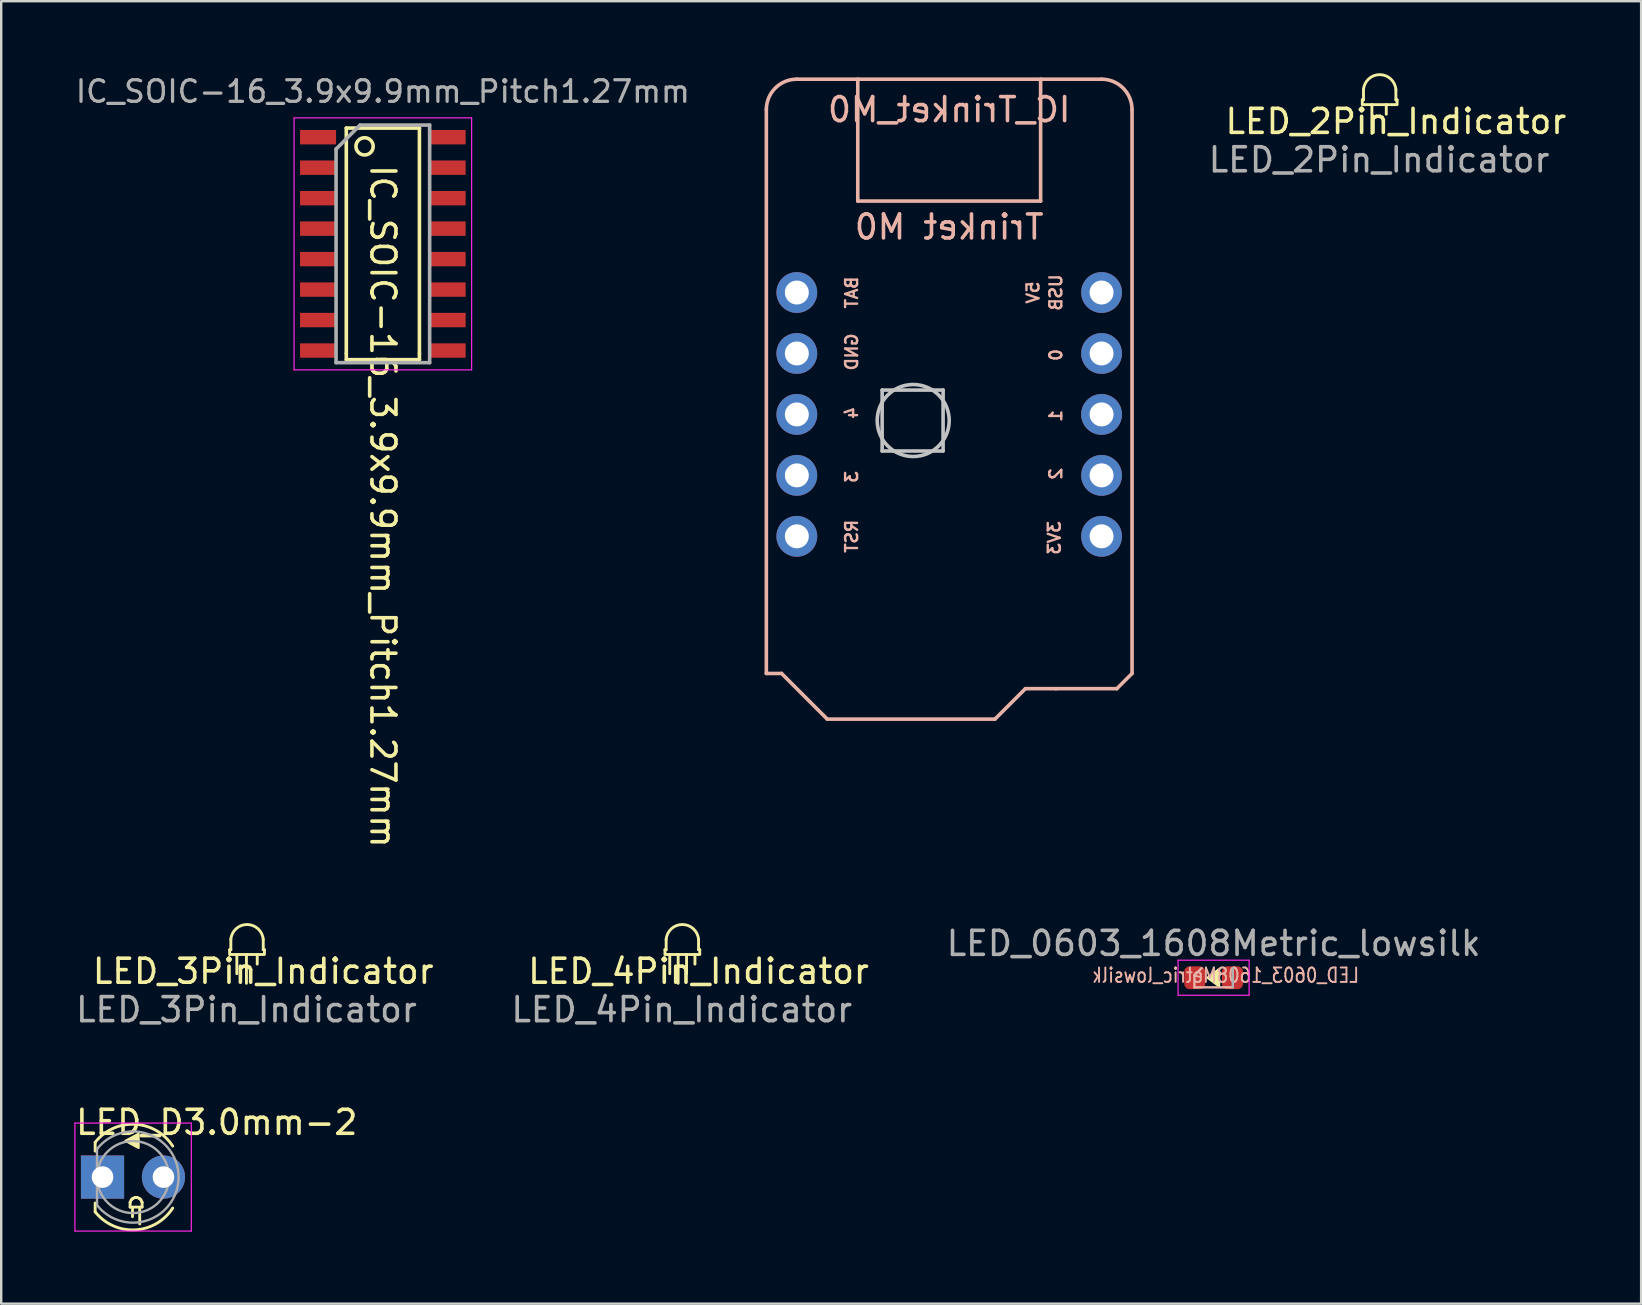
<source format=kicad_pcb>
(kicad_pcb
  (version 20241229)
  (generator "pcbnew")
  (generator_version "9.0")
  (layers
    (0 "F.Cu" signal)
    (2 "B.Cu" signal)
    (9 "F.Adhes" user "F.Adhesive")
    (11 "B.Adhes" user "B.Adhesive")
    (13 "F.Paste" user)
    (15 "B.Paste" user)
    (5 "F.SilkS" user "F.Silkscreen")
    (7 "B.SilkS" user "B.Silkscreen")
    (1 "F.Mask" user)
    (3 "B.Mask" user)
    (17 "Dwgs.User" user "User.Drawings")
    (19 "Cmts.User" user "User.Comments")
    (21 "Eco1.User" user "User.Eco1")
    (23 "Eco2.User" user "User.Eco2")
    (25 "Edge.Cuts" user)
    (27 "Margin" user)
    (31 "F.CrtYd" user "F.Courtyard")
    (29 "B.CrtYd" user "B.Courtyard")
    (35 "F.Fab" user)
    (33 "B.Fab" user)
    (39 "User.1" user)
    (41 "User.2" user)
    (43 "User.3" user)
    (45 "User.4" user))
  (footprint "LED_2Pin_Indicator"
    (layer "F.Cu")
    (at 54.421 1.11)
    (property "Reference" "LED_2Pin_Indicator" (at 0.7 0.9 0) (unlocked yes) (layer "F.SilkS") (effects (font (size 1 1) (thickness 0.15))))
    (fp_line (start -0.7 0.2) (end -0.7 0) (stroke (width 0.12) (type solid)) (layer "F.SilkS"))
    (fp_line (start -0.65 0) (end -0.7 0) (stroke (width 0.12) (type solid)) (layer "F.SilkS"))
    (fp_line (start -0.65 0) (end -0.65 -0.427) (stroke (width 0.12) (type solid)) (layer "F.SilkS"))
    (fp_line (start -0.65 0.2) (end 0.7 0.2) (stroke (width 0.12) (type solid)) (layer "F.SilkS"))
    (fp_line (start -0.3 1.4) (end -0.3 0.2) (stroke (width 0.12) (type solid)) (layer "F.SilkS"))
    (fp_line (start 0.3 0.2) (end 0.3 0.6) (stroke (width 0.12) (type solid)) (layer "F.SilkS"))
    (fp_line (start 0.7 0) (end 0.7 -0.427) (stroke (width 0.12) (type solid)) (layer "F.SilkS"))
    (fp_line (start 0.75 0) (end 0.7 0) (stroke (width 0.12) (type solid)) (layer "F.SilkS"))
    (fp_line (start 0.75 0.2) (end 0.75 0) (stroke (width 0.12) (type solid)) (layer "F.SilkS"))
    (fp_arc (start -0.65 -0.427128) (mid 0.025 -1.05) (end 0.7 -0.427128) (stroke (width 0.12) (type solid)) (layer "F.SilkS"))
    (fp_text user "${REFERENCE}" (at 0 2.5 0) (unlocked yes) (layer "F.Fab") (effects (font (size 1 1) (thickness 0.15)))))
  (footprint "IC_Trinket_M0"
    (layer "F.Cu")
    (at 36.506 0.25)
    (property "Reference" "IC_Trinket_M0" (at 0 1.27 0) (layer "B.SilkS") (effects (font (size 1 1) (thickness 0.15)) (justify mirror)))
    (attr through_hole)
    (fp_line (start -7.62 24.765) (end -7.62 1.27) (stroke (width 0.15) (type solid)) (layer "B.SilkS"))
    (fp_line (start -6.985 24.765) (end -7.62 24.765) (stroke (width 0.15) (type solid)) (layer "B.SilkS"))
    (fp_line (start -6.35 0) (end 6.35 0) (stroke (width 0.15) (type solid)) (layer "B.SilkS"))
    (fp_line (start -5.08 26.67) (end -6.985 24.765) (stroke (width 0.15) (type solid)) (layer "B.SilkS"))
    (fp_line (start -3.81 0) (end -3.81 5.08) (stroke (width 0.15) (type solid)) (layer "B.SilkS"))
    (fp_line (start -3.81 5.08) (end 3.81 5.08) (stroke (width 0.15) (type solid)) (layer "B.SilkS"))
    (fp_line (start 1.905 26.67) (end -5.08 26.67) (stroke (width 0.15) (type solid)) (layer "B.SilkS"))
    (fp_line (start 3.175 25.4) (end 1.905 26.67) (stroke (width 0.15) (type solid)) (layer "B.SilkS"))
    (fp_line (start 3.81 5.08) (end 3.81 0) (stroke (width 0.15) (type solid)) (layer "B.SilkS"))
    (fp_line (start 4.445 25.4) (end 3.175 25.4) (stroke (width 0.15) (type solid)) (layer "B.SilkS"))
    (fp_line (start 6.985 25.4) (end 4.445 25.4) (stroke (width 0.15) (type solid)) (layer "B.SilkS"))
    (fp_line (start 7.62 24.765) (end 6.985 25.4) (stroke (width 0.15) (type solid)) (layer "B.SilkS"))
    (fp_line (start 7.62 24.765) (end 7.62 1.27) (stroke (width 0.15) (type solid)) (layer "B.SilkS"))
    (fp_arc (start -7.62 1.27) (mid -7.248026 0.371974) (end -6.35 0) (stroke (width 0.15) (type solid)) (layer "B.SilkS"))
    (fp_arc (start 6.35 0) (mid 7.248026 0.371974) (end 7.62 1.27) (stroke (width 0.15) (type solid)) (layer "B.SilkS"))
    (fp_line (start -2.794 12.954) (end -2.794 15.494) (stroke (width 0.15) (type solid)) (layer "Dwgs.User"))
    (fp_line (start -2.794 15.494) (end -0.254 15.494) (stroke (width 0.15) (type solid)) (layer "Dwgs.User"))
    (fp_line (start -0.254 12.954) (end -2.794 12.954) (stroke (width 0.15) (type solid)) (layer "Dwgs.User"))
    (fp_line (start -0.254 15.494) (end -0.254 12.954) (stroke (width 0.15) (type solid)) (layer "Dwgs.User"))
    (fp_circle (center -1.5 14.224) (end -3 14.224) (stroke (width 0.15) (type solid)) (fill no) (layer "Dwgs.User"))
    (fp_text user "USB" (at 4.445 8.89 90) (layer "B.SilkS") (effects (font (size 0.5 0.5) (thickness 0.1)) (justify mirror)))
    (fp_text user "RST" (at -4.064 19.05 90) (layer "B.SilkS") (effects (font (size 0.5 0.5) (thickness 0.1)) (justify mirror)))
    (fp_text user "2" (at 4.445 16.447 90) (layer "B.SilkS") (effects (font (size 0.5 0.5) (thickness 0.1)) (justify mirror)))
    (fp_text user "3V3" (at 4.381 19.113 90) (layer "B.SilkS") (effects (font (size 0.5 0.5) (thickness 0.1)) (justify mirror)))
    (fp_text user "BAT" (at -4.064 8.89 90) (layer "B.SilkS") (effects (font (size 0.5 0.5) (thickness 0.1)) (justify mirror)))
    (fp_text user "GND" (at -4.064 11.367 90) (layer "B.SilkS") (effects (font (size 0.5 0.5) (thickness 0.1)) (justify mirror)))
    (fp_text user "0" (at 4.445 11.493 90) (layer "B.SilkS") (effects (font (size 0.5 0.5) (thickness 0.1)) (justify mirror)))
    (fp_text user "Trinket M0" (at 0 6.16 0) (layer "B.SilkS") (effects (font (size 1 1) (thickness 0.15)) (justify mirror)))
    (fp_text user "5V" (at 3.493 8.89 90) (layer "B.SilkS") (effects (font (size 0.5 0.5) (thickness 0.1)) (justify mirror)))
    (fp_text user "4" (at -4.064 13.906 90) (layer "B.SilkS") (effects (font (size 0.5 0.5) (thickness 0.1)) (justify mirror)))
    (fp_text user "1" (at 4.445 14.034 90) (layer "B.SilkS") (effects (font (size 0.5 0.5) (thickness 0.1)) (justify mirror)))
    (fp_text user "3" (at -4.064 16.573 90) (layer "B.SilkS") (effects (font (size 0.5 0.5) (thickness 0.1)) (justify mirror)))
    (pad "1" thru_hole circle (at -6.35 8.89) (size 1.7 1.7) (drill 1) (layers "*.Cu" "*.Mask"))
    (pad "2" thru_hole circle (at -6.35 11.43) (size 1.7 1.7) (drill 1) (layers "*.Cu" "*.Mask"))
    (pad "3" thru_hole circle (at -6.35 13.97) (size 1.7 1.7) (drill 1) (layers "*.Cu" "*.Mask"))
    (pad "4" thru_hole circle (at -6.35 16.51) (size 1.7 1.7) (drill 1) (layers "*.Cu" "*.Mask"))
    (pad "5" thru_hole circle (at -6.35 19.05) (size 1.7 1.7) (drill 1) (layers "*.Cu" "*.Mask"))
    (pad "6" thru_hole circle (at 6.35 19.05) (size 1.7 1.7) (drill 1) (layers "*.Cu" "*.Mask"))
    (pad "7" thru_hole circle (at 6.35 16.51) (size 1.7 1.7) (drill 1) (layers "*.Cu" "*.Mask"))
    (pad "8" thru_hole circle (at 6.35 13.97) (size 1.7 1.7) (drill 1) (layers "*.Cu" "*.Mask"))
    (pad "9" thru_hole circle (at 6.35 11.43) (size 1.7 1.7) (drill 1) (layers "*.Cu" "*.Mask"))
    (pad "10" thru_hole circle (at 6.35 8.89) (size 1.7 1.7) (drill 1) (layers "*.Cu" "*.Mask")))
  (footprint "LED_D3.0mm-2"
    (layer "F.Cu")
    (at 1.222 46.003)
    (property "Reference" "LED_D3.0mm-2" (at 4.76 -2.28 0) (layer "F.SilkS") (effects (font (size 1 1) (thickness 0.15))))
    (attr through_hole)
    (fp_line (start -0.306 -1.448) (end -0.306 -1.08) (stroke (width 0.12) (type solid)) (layer "F.SilkS"))
    (fp_line (start -0.306 1.08) (end -0.306 1.448) (stroke (width 0.12) (type solid)) (layer "F.SilkS"))
    (fp_line (start 1.15 1.05) (end 1.15 1.25) (stroke (width 0.12) (type solid)) (layer "F.SilkS"))
    (fp_line (start 1.15 1.25) (end 1.65 1.25) (stroke (width 0.12) (type solid)) (layer "F.SilkS"))
    (fp_line (start 1.2 0.95) (end 1.15 1.05) (stroke (width 0.12) (type solid)) (layer "F.SilkS"))
    (fp_line (start 1.25 0.9) (end 1.2 0.95) (stroke (width 0.12) (type solid)) (layer "F.SilkS"))
    (fp_line (start 1.25 1.65) (end 1.25 1.3) (stroke (width 0.12) (type solid)) (layer "F.SilkS"))
    (fp_line (start 1.35 0.85) (end 1.25 0.9) (stroke (width 0.12) (type solid)) (layer "F.SilkS"))
    (fp_line (start 1.4 0.85) (end 1.35 0.85) (stroke (width 0.12) (type solid)) (layer "F.SilkS"))
    (fp_line (start 1.4 0.85) (end 1.45 0.85) (stroke (width 0.12) (type solid)) (layer "F.SilkS"))
    (fp_line (start 1.45 0.85) (end 1.55 0.9) (stroke (width 0.12) (type solid)) (layer "F.SilkS"))
    (fp_line (start 1.55 0.9) (end 1.6 0.95) (stroke (width 0.12) (type solid)) (layer "F.SilkS"))
    (fp_line (start 1.55 1.95) (end 1.55 1.3) (stroke (width 0.12) (type solid)) (layer "F.SilkS"))
    (fp_line (start 1.6 0.95) (end 1.65 1.05) (stroke (width 0.12) (type solid)) (layer "F.SilkS"))
    (fp_line (start 1.65 1.05) (end 1.65 1.25) (stroke (width 0.12) (type solid)) (layer "F.SilkS"))
    (fp_arc (start -0.306487 -1.447857) (mid 1.35 -2.2) (end 2.925848 -1.290949) (stroke (width 0.12) (type solid)) (layer "F.SilkS"))
    (fp_arc (start 2.925848 1.290949) (mid 1.35 2.2) (end -0.306487 1.447857) (stroke (width 0.12) (type solid)) (layer "F.SilkS"))
    (fp_poly (pts (xy 1.5 -1.22) (xy 0.96 -1.51) (xy 1.5 -1.8)) (stroke (width 0.1) (type solid)) (fill yes) (layer "F.SilkS"))
    (fp_line (start -1.15 -2.25) (end -1.15 2.25) (stroke (width 0.05) (type solid)) (layer "F.CrtYd"))
    (fp_line (start -1.15 2.25) (end 3.7 2.25) (stroke (width 0.05) (type solid)) (layer "F.CrtYd"))
    (fp_line (start 3.7 -2.25) (end -1.15 -2.25) (stroke (width 0.05) (type solid)) (layer "F.CrtYd"))
    (fp_line (start 3.7 2.25) (end 3.7 -2.25) (stroke (width 0.05) (type solid)) (layer "F.CrtYd"))
    (fp_line (start -0.23 -1.166) (end -0.23 1.166) (stroke (width 0.1) (type solid)) (layer "F.Fab"))
    (fp_arc (start -0.23 -1.16619) (mid 3.17 0.000452) (end -0.230555 1.165476) (stroke (width 0.1) (type solid)) (layer "F.Fab"))
    (fp_circle (center 1.27 0) (end 2.77 0) (stroke (width 0.1) (type solid)) (fill no) (layer "F.Fab"))
    (pad "1" thru_hole rect (at 0 0) (size 1.8 1.8) (drill 0.9) (layers "*.Cu" "*.Mask"))
    (pad "2" thru_hole circle (at 2.54 0) (size 1.8 1.8) (drill 0.9) (layers "*.Cu" "*.Mask")))
  (footprint "LED_3Pin_Indicator"
    (layer "F.Cu")
    (at 7.22 36.527)
    (property "Reference" "LED_3Pin_Indicator" (at 0.7 0.9 0) (unlocked yes) (layer "F.SilkS") (effects (font (size 1 1) (thickness 0.15))))
    (fp_line (start -0.7 0.2) (end -0.7 0) (stroke (width 0.12) (type solid)) (layer "F.SilkS"))
    (fp_line (start -0.65 0) (end -0.7 0) (stroke (width 0.12) (type solid)) (layer "F.SilkS"))
    (fp_line (start -0.65 0) (end -0.65 -0.427) (stroke (width 0.12) (type solid)) (layer "F.SilkS"))
    (fp_line (start -0.65 0.2) (end 0.7 0.2) (stroke (width 0.12) (type solid)) (layer "F.SilkS"))
    (fp_line (start -0.4 0.2) (end -0.4 1) (stroke (width 0.12) (type solid)) (layer "F.SilkS"))
    (fp_line (start 0 1.4) (end 0 0.2) (stroke (width 0.12) (type solid)) (layer "F.SilkS"))
    (fp_line (start 0.45 0.2) (end 0.45 0.6) (stroke (width 0.12) (type solid)) (layer "F.SilkS"))
    (fp_line (start 0.7 0) (end 0.7 -0.427) (stroke (width 0.12) (type solid)) (layer "F.SilkS"))
    (fp_line (start 0.75 0) (end 0.7 0) (stroke (width 0.12) (type solid)) (layer "F.SilkS"))
    (fp_line (start 0.75 0.2) (end 0.75 0) (stroke (width 0.12) (type solid)) (layer "F.SilkS"))
    (fp_arc (start -0.65 -0.427128) (mid 0.025 -1.05) (end 0.7 -0.427128) (stroke (width 0.12) (type solid)) (layer "F.SilkS"))
    (fp_text user "${REFERENCE}" (at 0 2.5 0) (unlocked yes) (layer "F.Fab") (effects (font (size 1 1) (thickness 0.15)))))
  (footprint "IC_SOIC-16_3.9x9.9mm_Pitch1.27mm"
    (layer "F.Cu")
    (at 12.905 7.113)
    (property "Reference" "IC_SOIC-16_3.9x9.9mm_Pitch1.27mm" (at 0 -3.375 270) (unlocked yes) (layer "F.SilkS") (effects (font (size 1 1) (thickness 0.15)) (justify left)))
    (attr smd)
    (fp_line (start -1.524 -4.826) (end -1.524 4.572) (stroke (width 0.15) (type solid)) (layer "F.SilkS"))
    (fp_line (start -1.524 4.572) (end -1.524 4.826) (stroke (width 0.15) (type solid)) (layer "F.SilkS"))
    (fp_line (start -1.524 4.826) (end 1.524 4.826) (stroke (width 0.15) (type solid)) (layer "F.SilkS"))
    (fp_line (start 1.524 -4.826) (end -1.524 -4.826) (stroke (width 0.15) (type solid)) (layer "F.SilkS"))
    (fp_line (start 1.524 4.572) (end 1.524 -4.826) (stroke (width 0.15) (type solid)) (layer "F.SilkS"))
    (fp_line (start 1.524 4.826) (end 1.524 4.572) (stroke (width 0.15) (type solid)) (layer "F.SilkS"))
    (fp_circle (center -0.762 -4.064) (end -0.508 -3.81) (stroke (width 0.15) (type solid)) (fill no) (layer "F.SilkS"))
    (fp_line (start -3.7 -5.25) (end -3.7 5.25) (stroke (width 0.05) (type solid)) (layer "F.CrtYd"))
    (fp_line (start -3.7 -5.25) (end 3.7 -5.25) (stroke (width 0.05) (type solid)) (layer "F.CrtYd"))
    (fp_line (start -3.7 5.25) (end 3.7 5.25) (stroke (width 0.05) (type solid)) (layer "F.CrtYd"))
    (fp_line (start 3.7 -5.25) (end 3.7 5.25) (stroke (width 0.05) (type solid)) (layer "F.CrtYd"))
    (fp_line (start -1.95 -3.95) (end -0.95 -4.95) (stroke (width 0.15) (type solid)) (layer "F.Fab"))
    (fp_line (start -1.95 4.95) (end -1.95 -3.95) (stroke (width 0.15) (type solid)) (layer "F.Fab"))
    (fp_line (start -0.95 -4.95) (end 1.95 -4.95) (stroke (width 0.15) (type solid)) (layer "F.Fab"))
    (fp_line (start 1.95 -4.95) (end 1.95 4.95) (stroke (width 0.15) (type solid)) (layer "F.Fab"))
    (fp_line (start 1.95 4.95) (end -1.95 4.95) (stroke (width 0.15) (type solid)) (layer "F.Fab"))
    (fp_text user "${REFERENCE}" (at 0 -6.35 0) (layer "F.Fab") (effects (font (size 0.9 0.9) (thickness 0.135))))
    (pad "1" smd rect (at -2.7 -4.445) (size 1.5 0.6) (layers "F.Cu" "F.Mask" "F.Paste"))
    (pad "2" smd rect (at -2.7 -3.175) (size 1.5 0.6) (layers "F.Cu" "F.Mask" "F.Paste"))
    (pad "3" smd rect (at -2.7 -1.905) (size 1.5 0.6) (layers "F.Cu" "F.Mask" "F.Paste"))
    (pad "4" smd rect (at -2.7 -0.635) (size 1.5 0.6) (layers "F.Cu" "F.Mask" "F.Paste"))
    (pad "5" smd rect (at -2.7 0.635) (size 1.5 0.6) (layers "F.Cu" "F.Mask" "F.Paste"))
    (pad "6" smd rect (at -2.7 1.905) (size 1.5 0.6) (layers "F.Cu" "F.Mask" "F.Paste"))
    (pad "7" smd rect (at -2.7 3.175) (size 1.5 0.6) (layers "F.Cu" "F.Mask" "F.Paste"))
    (pad "8" smd rect (at -2.7 4.445) (size 1.5 0.6) (layers "F.Cu" "F.Mask" "F.Paste"))
    (pad "9" smd rect (at 2.7 4.445) (size 1.5 0.6) (layers "F.Cu" "F.Mask" "F.Paste"))
    (pad "10" smd rect (at 2.7 3.175) (size 1.5 0.6) (layers "F.Cu" "F.Mask" "F.Paste"))
    (pad "11" smd rect (at 2.7 1.905) (size 1.5 0.6) (layers "F.Cu" "F.Mask" "F.Paste"))
    (pad "12" smd rect (at 2.7 0.635) (size 1.5 0.6) (layers "F.Cu" "F.Mask" "F.Paste"))
    (pad "13" smd rect (at 2.7 -0.635) (size 1.5 0.6) (layers "F.Cu" "F.Mask" "F.Paste"))
    (pad "14" smd rect (at 2.7 -1.905) (size 1.5 0.6) (layers "F.Cu" "F.Mask" "F.Paste"))
    (pad "15" smd rect (at 2.7 -3.175) (size 1.5 0.6) (layers "F.Cu" "F.Mask" "F.Paste"))
    (pad "16" smd rect (at 2.7 -4.445) (size 1.5 0.6) (layers "F.Cu" "F.Mask" "F.Paste")))
  (footprint "LED_0603_1608Metric_lowsilk"
    (layer "F.Cu")
    (at 47.525 37.695)
    (property "Reference" "LED_0603_1608Metric_lowsilk" (at 0 -1.43 0) (layer "F.Fab") (effects (font (size 1 1) (thickness 0.15))))
    (attr smd)
    (fp_poly (pts (xy 0.225 0.35) (xy 0.225 -0.35) (xy -0.25 0)) (stroke (width 0.1) (type solid)) (fill yes) (layer "F.SilkS"))
    (fp_line (start -0.8 -0.1) (end -0.8 0.4) (stroke (width 0.1) (type solid)) (layer "B.SilkS"))
    (fp_line (start -0.8 0.4) (end 0.8 0.4) (stroke (width 0.1) (type solid)) (layer "B.SilkS"))
    (fp_line (start -0.5 -0.4) (end -0.8 -0.1) (stroke (width 0.1) (type solid)) (layer "B.SilkS"))
    (fp_line (start -1.48 -0.73) (end 1.48 -0.73) (stroke (width 0.05) (type solid)) (layer "F.CrtYd"))
    (fp_line (start -1.48 0.73) (end -1.48 -0.73) (stroke (width 0.05) (type solid)) (layer "F.CrtYd"))
    (fp_line (start 1.48 -0.73) (end 1.48 0.73) (stroke (width 0.05) (type solid)) (layer "F.CrtYd"))
    (fp_line (start 1.48 0.73) (end -1.48 0.73) (stroke (width 0.05) (type solid)) (layer "F.CrtYd"))
    (fp_line (start 0.8 0.4) (end 0.8 -0.4) (stroke (width 0.1) (type solid)) (layer "F.Fab"))
    (fp_text user "${REFERENCE}" (at 0.5 -0.1 0) (layer "B.SilkS") (effects (font (size 0.6 0.5) (thickness 0.08)) (justify mirror)))
    (pad "1" smd roundrect (at -0.787 0) (size 0.875 0.95) (layers "F.Cu" "F.Mask" "F.Paste") (roundrect_rratio 0.25))
    (pad "2" smd roundrect (at 0.787 0) (size 0.875 0.95) (layers "F.Cu" "F.Mask" "F.Paste") (roundrect_rratio 0.25)))
  (footprint "LED_4Pin_Indicator"
    (layer "F.Cu")
    (at 25.361 36.527)
    (property "Reference" "LED_4Pin_Indicator" (at 0.7 0.9 0) (unlocked yes) (layer "F.SilkS") (effects (font (size 1 1) (thickness 0.15))))
    (fp_line (start -0.7 0.2) (end -0.7 0) (stroke (width 0.12) (type solid)) (layer "F.SilkS"))
    (fp_line (start -0.65 0) (end -0.7 0) (stroke (width 0.12) (type solid)) (layer "F.SilkS"))
    (fp_line (start -0.65 0) (end -0.65 -0.427) (stroke (width 0.12) (type solid)) (layer "F.SilkS"))
    (fp_line (start -0.65 0.2) (end 0.7 0.2) (stroke (width 0.12) (type solid)) (layer "F.SilkS"))
    (fp_line (start -0.5 0.2) (end -0.5 1) (stroke (width 0.12) (type solid)) (layer "F.SilkS"))
    (fp_line (start -0.15 1.4) (end -0.15 0.2) (stroke (width 0.12) (type solid)) (layer "F.SilkS"))
    (fp_line (start 0.2 1) (end 0.2 0.2) (stroke (width 0.12) (type solid)) (layer "F.SilkS"))
    (fp_line (start 0.55 0.2) (end 0.55 0.6) (stroke (width 0.12) (type solid)) (layer "F.SilkS"))
    (fp_line (start 0.7 0) (end 0.7 -0.427) (stroke (width 0.12) (type solid)) (layer "F.SilkS"))
    (fp_line (start 0.75 0) (end 0.7 0) (stroke (width 0.12) (type solid)) (layer "F.SilkS"))
    (fp_line (start 0.75 0.2) (end 0.75 0) (stroke (width 0.12) (type solid)) (layer "F.SilkS"))
    (fp_arc (start -0.65 -0.427128) (mid 0.025 -1.05) (end 0.7 -0.427128) (stroke (width 0.12) (type solid)) (layer "F.SilkS"))
    (fp_text user "${REFERENCE}" (at 0 2.5 0) (unlocked yes) (layer "F.Fab") (effects (font (size 1 1) (thickness 0.15)))))
  (gr_rect
    (start -3 -3)
    (end 65.341 51.278)
    (stroke (width 0.1) (type default))
    (fill no)
    (layer "Edge.Cuts")))
</source>
